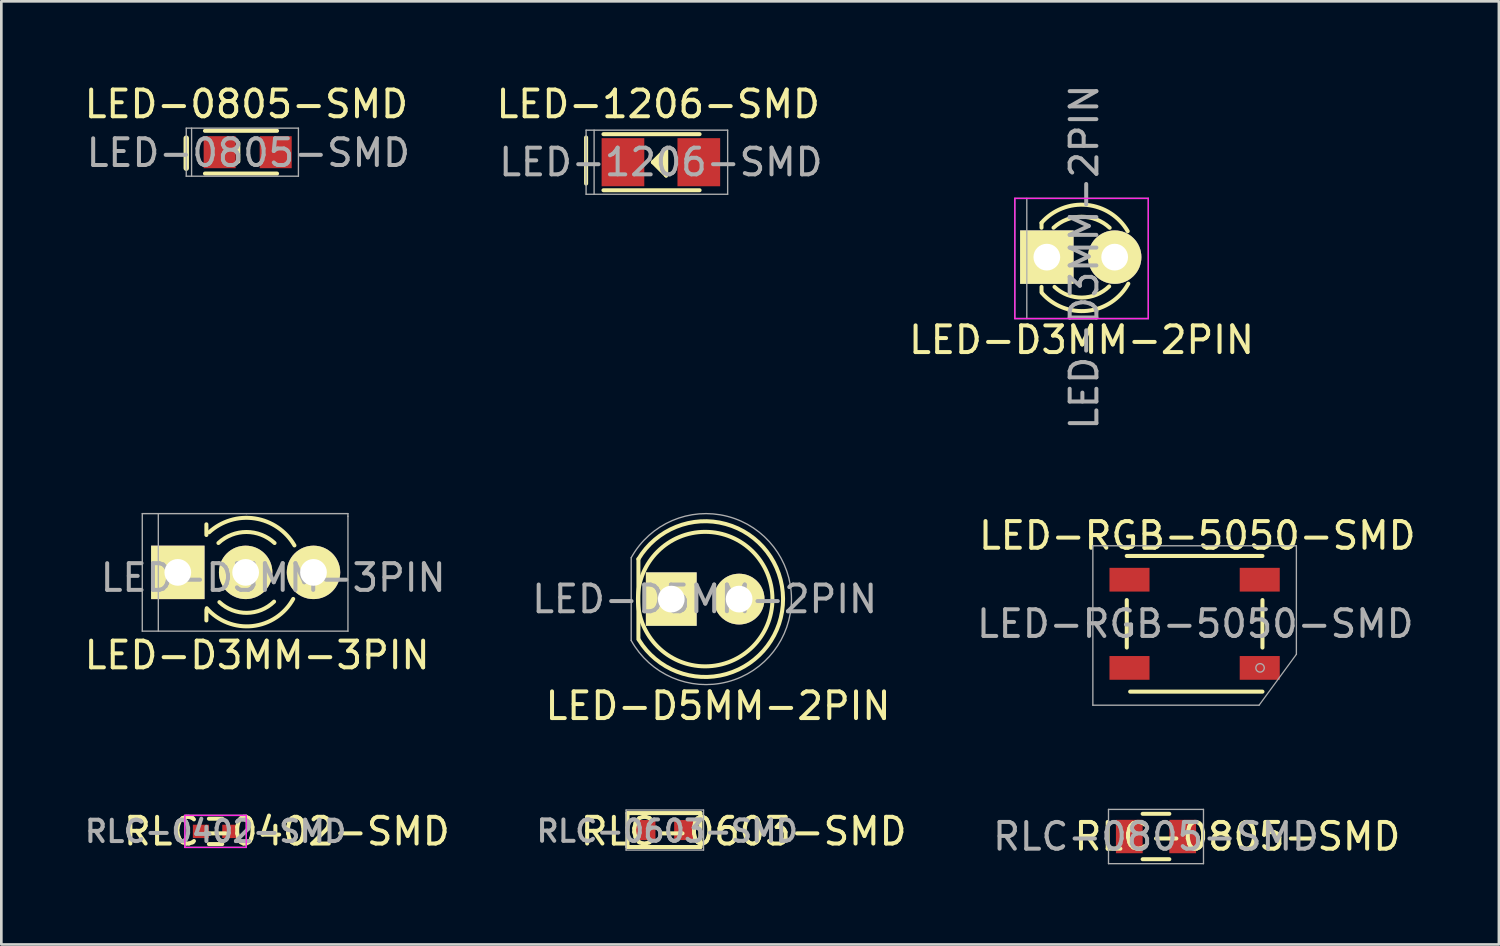
<source format=kicad_pcb>
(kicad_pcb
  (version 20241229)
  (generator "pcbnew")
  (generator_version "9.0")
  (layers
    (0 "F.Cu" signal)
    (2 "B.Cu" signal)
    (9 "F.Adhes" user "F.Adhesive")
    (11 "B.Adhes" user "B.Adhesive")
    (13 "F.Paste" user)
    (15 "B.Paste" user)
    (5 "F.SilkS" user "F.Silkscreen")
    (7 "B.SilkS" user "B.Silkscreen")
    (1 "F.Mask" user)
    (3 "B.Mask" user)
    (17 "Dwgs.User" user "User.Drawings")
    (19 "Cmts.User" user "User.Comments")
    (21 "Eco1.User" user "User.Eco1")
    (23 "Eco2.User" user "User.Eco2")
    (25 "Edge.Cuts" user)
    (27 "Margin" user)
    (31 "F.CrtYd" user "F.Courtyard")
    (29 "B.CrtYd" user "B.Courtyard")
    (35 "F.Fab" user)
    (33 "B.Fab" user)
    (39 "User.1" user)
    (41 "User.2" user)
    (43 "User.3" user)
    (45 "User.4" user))
  (footprint "LED-1206-SMD"
    (layer "F.Cu")
    (at 21.693 3.023)
    (property "Reference" "LED-1206-SMD" (at 0 0 0) (layer "F.Fab") (effects (font (size 1 1) (thickness 0.15))))
    (attr smd)
    (fp_line (start -2.8 -0.925) (end -2.8 0.8) (stroke (width 0.152) (type solid)) (layer "F.SilkS"))
    (fp_line (start -2.15 -1.05) (end 1.45 -1.05) (stroke (width 0.15) (type solid)) (layer "F.SilkS"))
    (fp_line (start -2.15 1.05) (end 1.45 1.05) (stroke (width 0.15) (type solid)) (layer "F.SilkS"))
    (fp_line (start -0.3 0) (end 0.2 -0.5) (stroke (width 0.15) (type solid)) (layer "F.SilkS"))
    (fp_line (start -0.2 0) (end 0 -0.2) (stroke (width 0.15) (type solid)) (layer "F.SilkS"))
    (fp_line (start 0 -0.2) (end 0 0.05) (stroke (width 0.15) (type solid)) (layer "F.SilkS"))
    (fp_line (start 0 0.05) (end -0.05 0) (stroke (width 0.15) (type solid)) (layer "F.SilkS"))
    (fp_line (start 0.1 -0.3) (end 0.1 0.3) (stroke (width 0.15) (type solid)) (layer "F.SilkS"))
    (fp_line (start 0.1 0.3) (end -0.2 0) (stroke (width 0.15) (type solid)) (layer "F.SilkS"))
    (fp_line (start 0.2 -0.5) (end 0.2 0.5) (stroke (width 0.15) (type solid)) (layer "F.SilkS"))
    (fp_line (start 0.2 0.5) (end -0.3 0) (stroke (width 0.15) (type solid)) (layer "F.SilkS"))
    (fp_line (start -2.8 -1.2) (end -2.8 1.2) (stroke (width 0.051) (type solid)) (layer "F.Fab"))
    (fp_line (start -2.8 1.2) (end 2.5 1.2) (stroke (width 0.051) (type solid)) (layer "F.Fab"))
    (fp_line (start -2.5 -1.2) (end -2.5 1.2) (stroke (width 0.051) (type solid)) (layer "F.Fab"))
    (fp_line (start 2.5 -1.2) (end -2.8 -1.2) (stroke (width 0.051) (type solid)) (layer "F.Fab"))
    (fp_line (start 2.5 1.2) (end 2.5 -1.2) (stroke (width 0.051) (type solid)) (layer "F.Fab"))
    (fp_text user "${REFERENCE}" (at -0.1 -2.175 0) (layer "F.SilkS") (effects (font (size 1 1) (thickness 0.15))))
    (pad "1" smd rect (at -1.42 0 180) (size 1.598 1.801) (layers "F.Cu" "F.Mask" "F.Paste"))
    (pad "2" smd rect (at 1.42 0 180) (size 1.598 1.801) (layers "F.Cu" "F.Mask" "F.Paste")))
  (footprint "RLC-0402-SMD"
    (layer "F.Cu")
    (at 5.021 28.077)
    (property "Reference" "RLC-0402-SMD" (at 0 0 0) (layer "F.Fab") (effects (font (size 0.8 0.8) (thickness 0.15))))
    (attr smd)
    (fp_line (start -0.25 0.475) (end 0.25 0.475) (stroke (width 0.15) (type solid)) (layer "F.SilkS"))
    (fp_line (start 0.25 -0.475) (end -0.25 -0.475) (stroke (width 0.15) (type solid)) (layer "F.SilkS"))
    (fp_line (start -1.15 -0.6) (end -1.15 0.6) (stroke (width 0.05) (type solid)) (layer "F.CrtYd"))
    (fp_line (start -1.15 -0.6) (end 1.15 -0.6) (stroke (width 0.05) (type solid)) (layer "F.CrtYd"))
    (fp_line (start -1.15 0.6) (end 1.15 0.6) (stroke (width 0.05) (type solid)) (layer "F.CrtYd"))
    (fp_line (start 1.15 -0.6) (end 1.15 0.6) (stroke (width 0.05) (type solid)) (layer "F.CrtYd"))
    (fp_line (start -1.15 -0.6) (end -1.15 0.6) (stroke (width 0.05) (type solid)) (layer "F.Fab"))
    (fp_line (start -1.15 -0.6) (end 1.15 -0.6) (stroke (width 0.05) (type solid)) (layer "F.Fab"))
    (fp_line (start -1.15 0.6) (end 1.15 0.6) (stroke (width 0.05) (type solid)) (layer "F.Fab"))
    (fp_line (start 1.15 -0.6) (end 1.15 0.6) (stroke (width 0.05) (type solid)) (layer "F.Fab"))
    (fp_text user "${REFERENCE}" (at 2.667 0 0) (layer "F.SilkS") (effects (font (size 1 1) (thickness 0.15))))
    (pad "1" smd rect (at -0.55 0) (size 0.6 0.5) (layers "F.Cu" "F.Mask" "F.Paste"))
    (pad "2" smd rect (at 0.55 0) (size 0.6 0.5) (layers "F.Cu" "F.Mask" "F.Paste")))
  (footprint "LED-RGB-5050-SMD"
    (layer "F.Cu")
    (at 41.676 20.305)
    (property "Reference" "LED-RGB-5050-SMD" (at 0.025 0 0) (layer "F.Fab") (effects (font (size 1 1) (thickness 0.15))))
    (attr through_hole)
    (fp_line (start -2.54 -2.54) (end 2.54 -2.54) (stroke (width 0.152) (type solid)) (layer "F.SilkS"))
    (fp_line (start -2.54 -0.889) (end -2.54 0.889) (stroke (width 0.152) (type solid)) (layer "F.SilkS"))
    (fp_line (start 2.54 -0.889) (end 2.54 0.889) (stroke (width 0.152) (type solid)) (layer "F.SilkS"))
    (fp_line (start 2.54 2.54) (end -2.413 2.54) (stroke (width 0.152) (type solid)) (layer "F.SilkS"))
    (fp_line (start -3.81 -2.921) (end -3.81 3.048) (stroke (width 0.05) (type solid)) (layer "F.Fab"))
    (fp_line (start -3.81 3.048) (end 2.413 3.048) (stroke (width 0.05) (type solid)) (layer "F.Fab"))
    (fp_line (start 2.413 3.048) (end 3.81 1.143) (stroke (width 0.046) (type solid)) (layer "F.Fab"))
    (fp_line (start 3.81 -2.921) (end -3.81 -2.921) (stroke (width 0.05) (type solid)) (layer "F.Fab"))
    (fp_line (start 3.81 1.143) (end 3.81 -2.921) (stroke (width 0.05) (type solid)) (layer "F.Fab"))
    (fp_circle (center 2.45 1.65) (end 2.5 1.8) (stroke (width 0.05) (type solid)) (fill no) (layer "F.Fab"))
    (fp_text user "${REFERENCE}" (at 0.1 -3.302 0) (layer "F.SilkS") (effects (font (size 1 1) (thickness 0.15))))
    (pad "1" smd rect (at 2.438 1.651) (size 1.499 0.889) (layers "F.Cu" "F.Mask" "F.Paste"))
    (pad "2" smd rect (at 2.438 -1.651) (size 1.499 0.889) (layers "F.Cu" "F.Mask" "F.Paste"))
    (pad "3" smd rect (at -2.438 -1.651) (size 1.499 0.889) (layers "F.Cu" "F.Mask" "F.Paste"))
    (pad "4" smd rect (at -2.438 1.651) (size 1.499 0.889) (layers "F.Cu" "F.Mask" "F.Paste")))
  (footprint "LED-D3MM-2PIN"
    (layer "F.Cu")
    (at 36.143 6.577)
    (property "Reference" "LED-D3MM-2PIN" (at 1.4 0 90) (layer "F.Fab") (effects (font (size 1 1) (thickness 0.15))))
    (attr through_hole)
    (fp_line (start -0.199 -1.28) (end -0.199 -1.1) (stroke (width 0.15) (type solid)) (layer "F.SilkS"))
    (fp_line (start -0.199 1.314) (end -0.199 1.114) (stroke (width 0.15) (type solid)) (layer "F.SilkS"))
    (fp_arc (start -0.199 -1.286) (mid 1.495903 -1.954571) (end 3.028744 -0.969643) (stroke (width 0.15) (type solid)) (layer "F.SilkS"))
    (fp_arc (start 0.25 -1.1) (mid 1.301686 -1.512142) (end 2.353005 -1.099067) (stroke (width 0.15) (type solid)) (layer "F.SilkS"))
    (fp_arc (start 2.335 1.094) (mid 1.31492 1.51473) (end 0.287111 1.113252) (stroke (width 0.15) (type solid)) (layer "F.SilkS"))
    (fp_arc (start 3.051 0.994) (mid 1.522637 2.009958) (end -0.18622 1.340726) (stroke (width 0.15) (type solid)) (layer "F.SilkS"))
    (fp_line (start -1.2 -2.2) (end -1.2 2.3) (stroke (width 0.05) (type solid)) (layer "F.CrtYd"))
    (fp_line (start -1.2 2.3) (end 3.8 2.3) (stroke (width 0.05) (type solid)) (layer "F.CrtYd"))
    (fp_line (start 3.8 -2.2) (end -1.2 -2.2) (stroke (width 0.05) (type solid)) (layer "F.CrtYd"))
    (fp_line (start 3.8 2.3) (end 3.8 -2.2) (stroke (width 0.05) (type solid)) (layer "F.CrtYd"))
    (fp_line (start -1.2 -2.2) (end -1.2 2.3) (stroke (width 0.051) (type solid)) (layer "F.Fab"))
    (fp_line (start -1.2 2.3) (end 3.8 2.3) (stroke (width 0.051) (type solid)) (layer "F.Fab"))
    (fp_line (start -0.75 -2.2) (end -0.75 2.3) (stroke (width 0.05) (type solid)) (layer "F.Fab"))
    (fp_line (start 3.8 -2.2) (end -1.2 -2.2) (stroke (width 0.051) (type solid)) (layer "F.Fab"))
    (fp_line (start 3.8 2.3) (end 3.8 -2.2) (stroke (width 0.051) (type solid)) (layer "F.Fab"))
    (fp_text user "${REFERENCE}" (at 1.3 3.1 0) (layer "F.SilkS") (effects (font (size 1 1) (thickness 0.15))))
    (pad "1" thru_hole rect (at 0 0 90) (size 2 2) (drill 1.001) (layers "*.Cu" "*.Mask" "F.SilkS"))
    (pad "2" thru_hole circle (at 2.54 0) (size 2 2) (drill 1.001) (layers "*.Cu" "*.Mask" "F.SilkS")))
  (footprint "LED-0805-SMD"
    (layer "F.Cu")
    (at 6.223 2.648)
    (property "Reference" "LED-0805-SMD" (at 0.025 0.025 0) (layer "F.Fab") (effects (font (size 1 1) (thickness 0.15))))
    (attr smd)
    (fp_line (start -2.3 -0.525) (end -2.3 0.6) (stroke (width 0.203) (type solid)) (layer "F.SilkS"))
    (fp_line (start -1.6 -0.8) (end 1.1 -0.8) (stroke (width 0.15) (type solid)) (layer "F.SilkS"))
    (fp_line (start -1.6 0.8) (end 1.1 0.8) (stroke (width 0.15) (type solid)) (layer "F.SilkS"))
    (fp_line (start -0.35 -0.35) (end -0.35 0.35) (stroke (width 0.15) (type solid)) (layer "F.SilkS"))
    (fp_line (start -2.3 -0.9) (end -2.3 0.9) (stroke (width 0.05) (type solid)) (layer "F.Fab"))
    (fp_line (start -2.3 0.9) (end 1.9 0.9) (stroke (width 0.05) (type solid)) (layer "F.Fab"))
    (fp_line (start -2.1 -0.9) (end -2.1 0.9) (stroke (width 0.05) (type solid)) (layer "F.Fab"))
    (fp_line (start 1.9 -0.9) (end -2.3 -0.9) (stroke (width 0.05) (type solid)) (layer "F.Fab"))
    (fp_line (start 1.9 0.9) (end 1.9 -0.9) (stroke (width 0.05) (type solid)) (layer "F.Fab"))
    (fp_text user "${REFERENCE}" (at -0.05 -1.8 0) (layer "F.SilkS") (effects (font (size 1 1) (thickness 0.15))))
    (pad "1" smd rect (at -1.049 0 180) (size 1.199 1.199) (layers "F.Cu" "F.Mask" "F.Paste"))
    (pad "2" smd rect (at 1.049 0 180) (size 1.199 1.199) (layers "F.Cu" "F.Mask" "F.Paste")))
  (footprint "LED-D3MM-3PIN"
    (layer "F.Cu")
    (at 4.877 18.38)
    (property "Reference" "LED-D3MM-3PIN" (at 2.3 0.2 0) (layer "F.Fab") (effects (font (size 1 1) (thickness 0.15))))
    (attr through_hole)
    (fp_line (start -0.2 -1.8) (end -0.2 -1.4) (stroke (width 0.15) (type solid)) (layer "F.SilkS"))
    (fp_line (start -0.2 1.8) (end -0.2 1.4) (stroke (width 0.15) (type solid)) (layer "F.SilkS"))
    (fp_arc (start -0.1 -1.5) (mid 1.616001 -2.019468) (end 3.097391 -1.009521) (stroke (width 0.15) (type solid)) (layer "F.SilkS"))
    (fp_arc (start 0.25 -1.1) (mid 1.301686 -1.512142) (end 2.353005 -1.099067) (stroke (width 0.15) (type solid)) (layer "F.SilkS"))
    (fp_arc (start 2.335 1.094) (mid 1.31492 1.51473) (end 0.287111 1.113252) (stroke (width 0.15) (type solid)) (layer "F.SilkS"))
    (fp_arc (start 3.051 0.994) (mid 1.522637 2.009958) (end -0.18622 1.340726) (stroke (width 0.15) (type solid)) (layer "F.SilkS"))
    (fp_line (start -2.6 -2.2) (end -2.6 2.2) (stroke (width 0.051) (type solid)) (layer "F.Fab"))
    (fp_line (start -2.6 2.2) (end 5.1 2.2) (stroke (width 0.051) (type solid)) (layer "F.Fab"))
    (fp_line (start -2 -2.2) (end -2 2.2) (stroke (width 0.05) (type solid)) (layer "F.Fab"))
    (fp_line (start 1.3 -2.2) (end -2.6 -2.2) (stroke (width 0.051) (type solid)) (layer "F.Fab"))
    (fp_line (start 5.1 -2.2) (end 1.3 -2.2) (stroke (width 0.051) (type solid)) (layer "F.Fab"))
    (fp_line (start 5.1 -2.1) (end 5.1 -2.2) (stroke (width 0.051) (type solid)) (layer "F.Fab"))
    (fp_line (start 5.1 2.2) (end 5.1 -2.1) (stroke (width 0.051) (type solid)) (layer "F.Fab"))
    (fp_text user "${REFERENCE}" (at 1.7 3.1 0) (layer "F.SilkS") (effects (font (size 1 1) (thickness 0.15))))
    (pad "1" thru_hole rect (at -1.27 0 90) (size 2 2) (drill 1.001) (layers "*.Cu" "*.Mask" "F.SilkS"))
    (pad "2" thru_hole circle (at 1.27 0) (size 2 2) (drill 1.001) (layers "*.Cu" "*.Mask" "F.SilkS"))
    (pad "3" thru_hole circle (at 3.81 0) (size 2 2) (drill 1.001) (layers "*.Cu" "*.Mask" "F.SilkS")))
  (footprint "RLC-0805-SMD"
    (layer "F.Cu")
    (at 40.23 28.269)
    (property "Reference" "RLC-0805-SMD" (at 0 0 180) (layer "F.Fab") (effects (font (size 1 1) (thickness 0.15))))
    (attr smd)
    (fp_line (start -0.5 0.85) (end 0.5 0.85) (stroke (width 0.15) (type solid)) (layer "F.SilkS"))
    (fp_line (start 0.5 -0.85) (end -0.5 -0.85) (stroke (width 0.15) (type solid)) (layer "F.SilkS"))
    (fp_line (start -1.778 -1.016) (end -1.778 1.016) (stroke (width 0.05) (type solid)) (layer "F.Fab"))
    (fp_line (start -1.778 1.016) (end 1.778 1.016) (stroke (width 0.05) (type solid)) (layer "F.Fab"))
    (fp_line (start 1.778 -1.016) (end -1.778 -1.016) (stroke (width 0.05) (type solid)) (layer "F.Fab"))
    (fp_line (start 1.778 1.016) (end 1.778 -1.016) (stroke (width 0.05) (type solid)) (layer "F.Fab"))
    (fp_text user "${REFERENCE}" (at 3.048 0 0) (layer "F.SilkS") (effects (font (size 1 1) (thickness 0.15))))
    (pad "1" smd rect (at -1 0) (size 1 1.25) (layers "F.Cu" "F.Mask" "F.Paste"))
    (pad "2" smd rect (at 1 0) (size 1 1.25) (layers "F.Cu" "F.Mask" "F.Paste")))
  (footprint "LED-D5MM-2PIN"
    (layer "F.Cu")
    (at 22.082 19.38)
    (property "Reference" "LED-D5MM-2PIN" (at 1.25 0 0) (layer "F.Fab") (effects (font (size 1 1) (thickness 0.15))))
    (attr smd)
    (fp_line (start -1.23 1.5) (end -1.23 -1.5) (stroke (width 0.15) (type solid)) (layer "F.SilkS"))
    (fp_arc (start -1.23 -1.5) (mid 4.18544 -0.014565) (end -1.214888 1.524904) (stroke (width 0.15) (type solid)) (layer "F.SilkS"))
    (fp_circle (center 1.27 0) (end 0.97 -2.5) (stroke (width 0.15) (type solid)) (fill no) (layer "F.SilkS"))
    (fp_line (start -1.5 -1.55) (end -1.5 1.55) (stroke (width 0.05) (type solid)) (layer "F.Fab"))
    (fp_arc (start -1.498248 -1.55316) (mid 4.50039 0.001807) (end -1.5 1.55) (stroke (width 0.05) (type solid)) (layer "F.Fab"))
    (fp_text user "${REFERENCE}" (at 1.75 4 0) (layer "F.SilkS") (effects (font (size 1 1) (thickness 0.15))))
    (pad "1" thru_hole rect (at 0 0 90) (size 2 1.9) (drill 1.001) (layers "*.Cu" "*.Mask" "F.SilkS"))
    (pad "2" thru_hole circle (at 2.54 0) (size 1.9 1.9) (drill 1.001) (layers "*.Cu" "*.Mask" "F.SilkS")))
  (footprint "RLC-0603-SMD"
    (layer "F.Cu")
    (at 21.84 28.027)
    (property "Reference" "RLC-0603-SMD" (at 0.09 0.04 0) (layer "F.Fab") (effects (font (size 0.8 0.8) (thickness 0.15))))
    (attr smd)
    (fp_line (start -1.397 -0.635) (end -1.397 0.635) (stroke (width 0.152) (type solid)) (layer "F.SilkS"))
    (fp_line (start -1.397 -0.635) (end 1.333 -0.635) (stroke (width 0.15) (type solid)) (layer "F.SilkS"))
    (fp_line (start 1.333 -0.635) (end 1.333 0.635) (stroke (width 0.152) (type solid)) (layer "F.SilkS"))
    (fp_line (start 1.333 0.635) (end -1.397 0.635) (stroke (width 0.15) (type solid)) (layer "F.SilkS"))
    (fp_line (start -1.45 -0.75) (end -1.45 0.75) (stroke (width 0.05) (type solid)) (layer "F.Fab"))
    (fp_line (start -1.45 -0.75) (end 1.45 -0.75) (stroke (width 0.05) (type solid)) (layer "F.Fab"))
    (fp_line (start -1.45 0.75) (end 1.45 0.75) (stroke (width 0.05) (type solid)) (layer "F.Fab"))
    (fp_line (start 1.45 -0.75) (end 1.45 0.75) (stroke (width 0.05) (type solid)) (layer "F.Fab"))
    (fp_text user "${REFERENCE}" (at 2.95 0.05 0) (layer "F.SilkS") (effects (font (size 1 1) (thickness 0.15))))
    (pad "1" smd rect (at -0.75 0) (size 0.8 0.75) (layers "F.Cu" "F.Mask" "F.Paste"))
    (pad "2" smd rect (at 0.75 0) (size 0.8 0.75) (layers "F.Cu" "F.Mask" "F.Paste")))
  (gr_rect
    (start -3 -3)
    (end 53.068 32.31)
    (stroke (width 0.1) (type default))
    (fill no)
    (layer "Edge.Cuts")))
</source>
